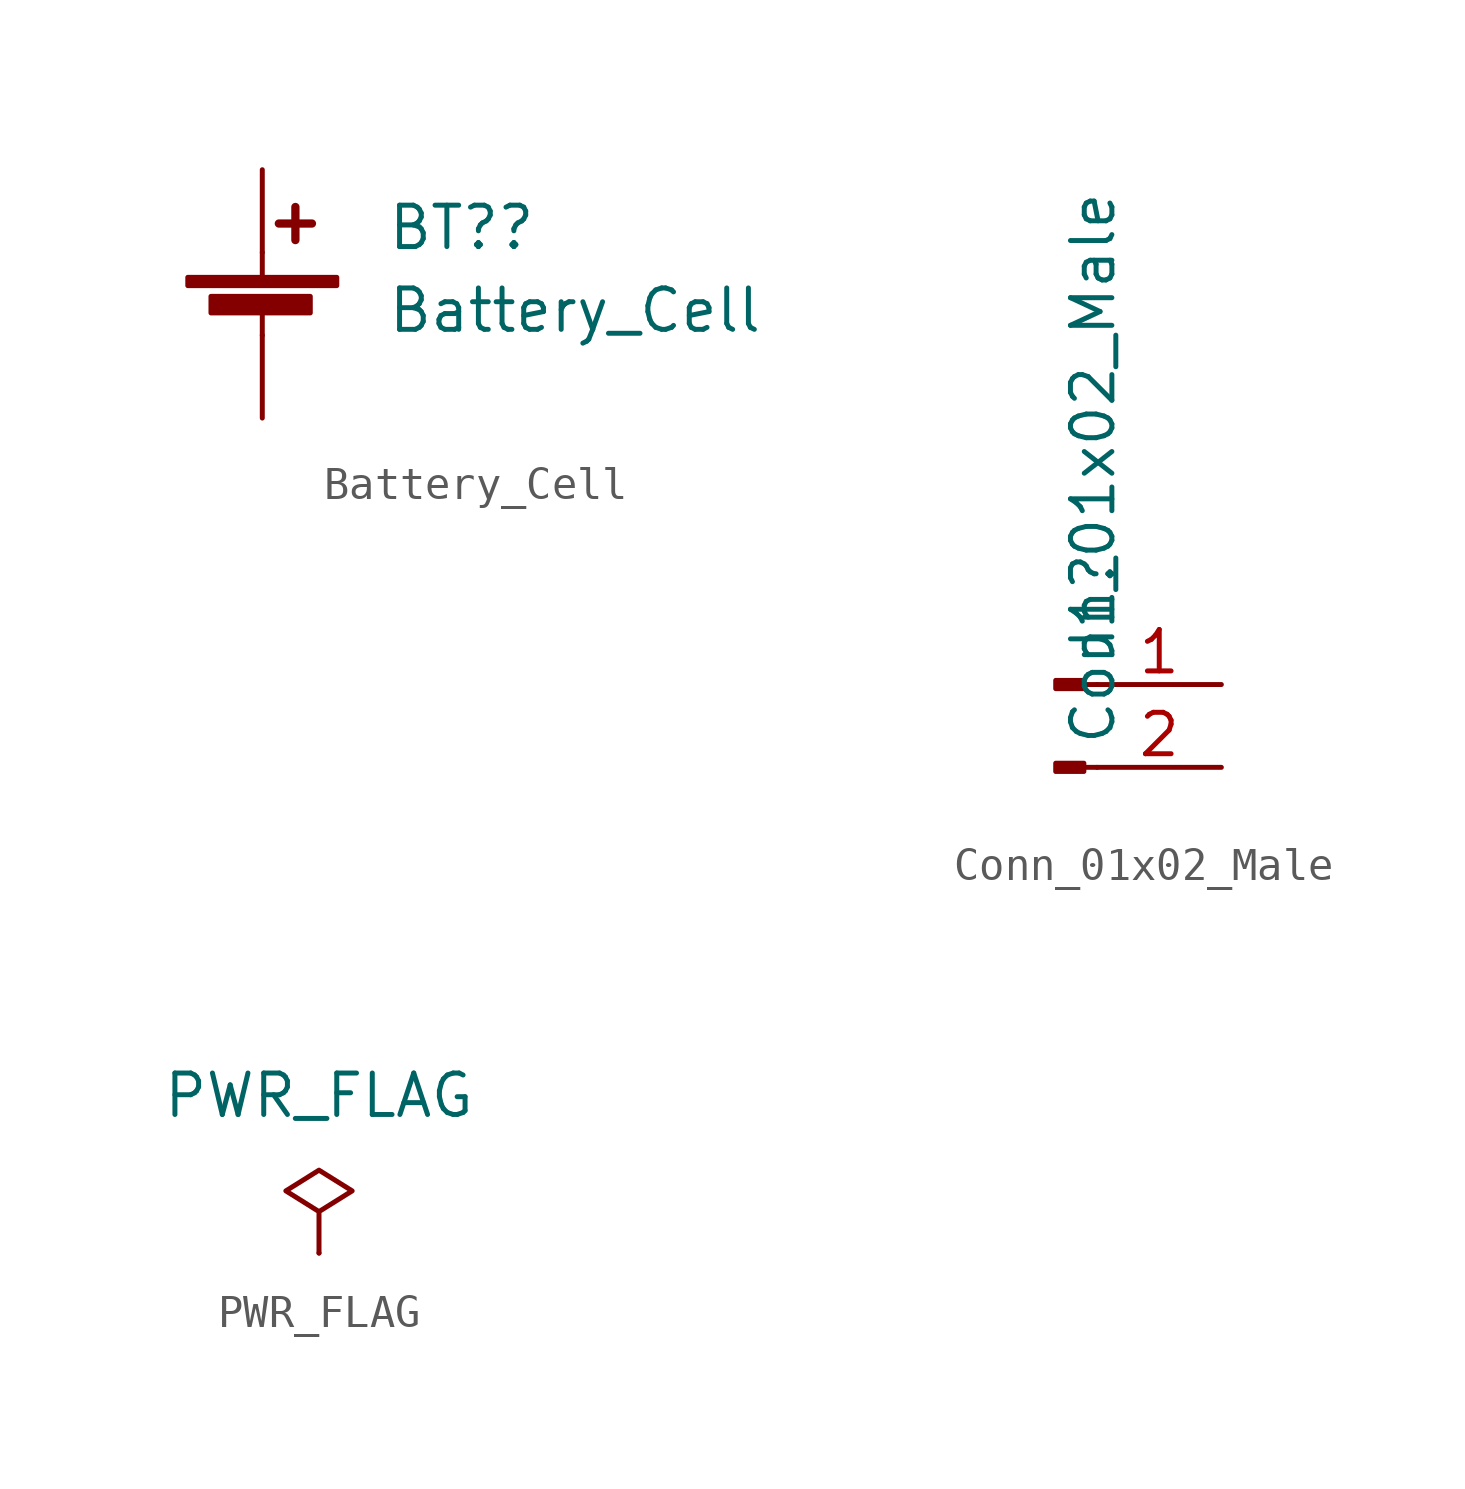
<source format=kicad_sym>
(kicad_symbol_lib
  (version 20211014)
  (generator kicad_symbol_editor)
  (symbol "Battery_Cell"
    (pin_numbers hide)
    (pin_names
      (offset 0) hide)
    (property "Reference" "BT?"
      (at 3.81 3.302 0)
      (effects (font (size 1.27 1.27)) (justify left)))
    (property "Value" "Battery_Cell"
      (at 3.81 0.762 0)
      (effects (font (size 1.27 1.27)) (justify left)))
    (symbol "Battery_Cell_0_1"
      (rectangle (start -2.286 1.778) (end 2.286 1.524) (stroke (width 0) (type default) (color 0 0 0 0)) (fill (type outline)))
      (rectangle (start -1.575 1.194) (end 1.473 0.686) (stroke (width 0) (type default) (color 0 0 0 0)) (fill (type outline)))
      (polyline (pts (xy 0 0.762) (xy 0 0)) (stroke (width 0) (type default) (color 0 0 0 0)) (fill (type none)))
      (polyline (pts (xy 0 1.778) (xy 0 2.54)) (stroke (width 0) (type default) (color 0 0 0 0)) (fill (type none)))
      (polyline (pts (xy 0.508 3.429) (xy 1.524 3.429)) (stroke (width 0.254) (type default) (color 0 0 0 0)) (fill (type none)))
      (polyline (pts (xy 1.016 3.937) (xy 1.016 2.921)) (stroke (width 0.254) (type default) (color 0 0 0 0)) (fill (type none))))
    (symbol "Battery_Cell_1_1"
      (pin passive line (at 0 5.08 270) (length 2.54) (name "+" (effects (font (size 1.27 1.27)))) (number "1" (effects (font (size 1.27 1.27)))))
      (pin passive line (at 0 -2.54 90) (length 2.54) (name "-" (effects (font (size 1.27 1.27)))) (number "2" (effects (font (size 1.27 1.27)))))))
  (symbol "Conn_01x02_Male"
    (pin_names
      (offset 1.016) hide)
    (property "Reference" "J1"
      (at 1.143 0.635 90)
      (effects (font (size 1.27 1.27)) (justify left)))
    (property "Value" "Conn_01x02_Male"
      (at 1.143 -1.905 90)
      (effects (font (size 1.27 1.27)) (justify left)))
    (symbol "Conn_01x02_Male_1_1"
      (polyline (pts (xy 1.27 -2.54) (xy 0.864 -2.54)) (stroke (width 0.152) (type default) (color 0 0 0 0)) (fill (type none)))
      (polyline (pts (xy 1.27 0) (xy 0.864 0)) (stroke (width 0.152) (type default) (color 0 0 0 0)) (fill (type none)))
      (rectangle (start 0.864 -2.413) (end 0 -2.667) (stroke (width 0.152) (type default) (color 0 0 0 0)) (fill (type outline)))
      (rectangle (start 0.864 0.127) (end 0 -0.127) (stroke (width 0.152) (type default) (color 0 0 0 0)) (fill (type outline)))
      (pin passive line (at 5.08 0 180) (length 3.81) (name "Pin_1" (effects (font (size 1.27 1.27)))) (number "1" (effects (font (size 1.27 1.27)))))
      (pin passive line (at 5.08 -2.54 180) (length 3.81) (name "Pin_2" (effects (font (size 1.27 1.27)))) (number "2" (effects (font (size 1.27 1.27)))))))
  (symbol "PWR_FLAG"
    (power)
    (pin_numbers hide)
    (pin_names
      (offset 0) hide)
    (property "Reference" "#FLG0101"
      (at 0 1.905 0)
      (effects (font (size 1.27 1.27)) hide))
    (property "Value" "PWR_FLAG"
      (at 0 4.826 0)
      (effects (font (size 1.27 1.27))))
    (symbol "PWR_FLAG_0_0"
      (pin power_out line (at 0 0 90) (length 0) (name "pwr" (effects (font (size 1.27 1.27)))) (number "1" (effects (font (size 1.27 1.27))))))
    (symbol "PWR_FLAG_0_1"
      (polyline (pts (xy 0 0) (xy 0 1.27) (xy -1.016 1.905) (xy 0 2.54) (xy 1.016 1.905) (xy 0 1.27)) (stroke (width 0) (type default) (color 0 0 0 0)) (fill (type none))))))
</source>
